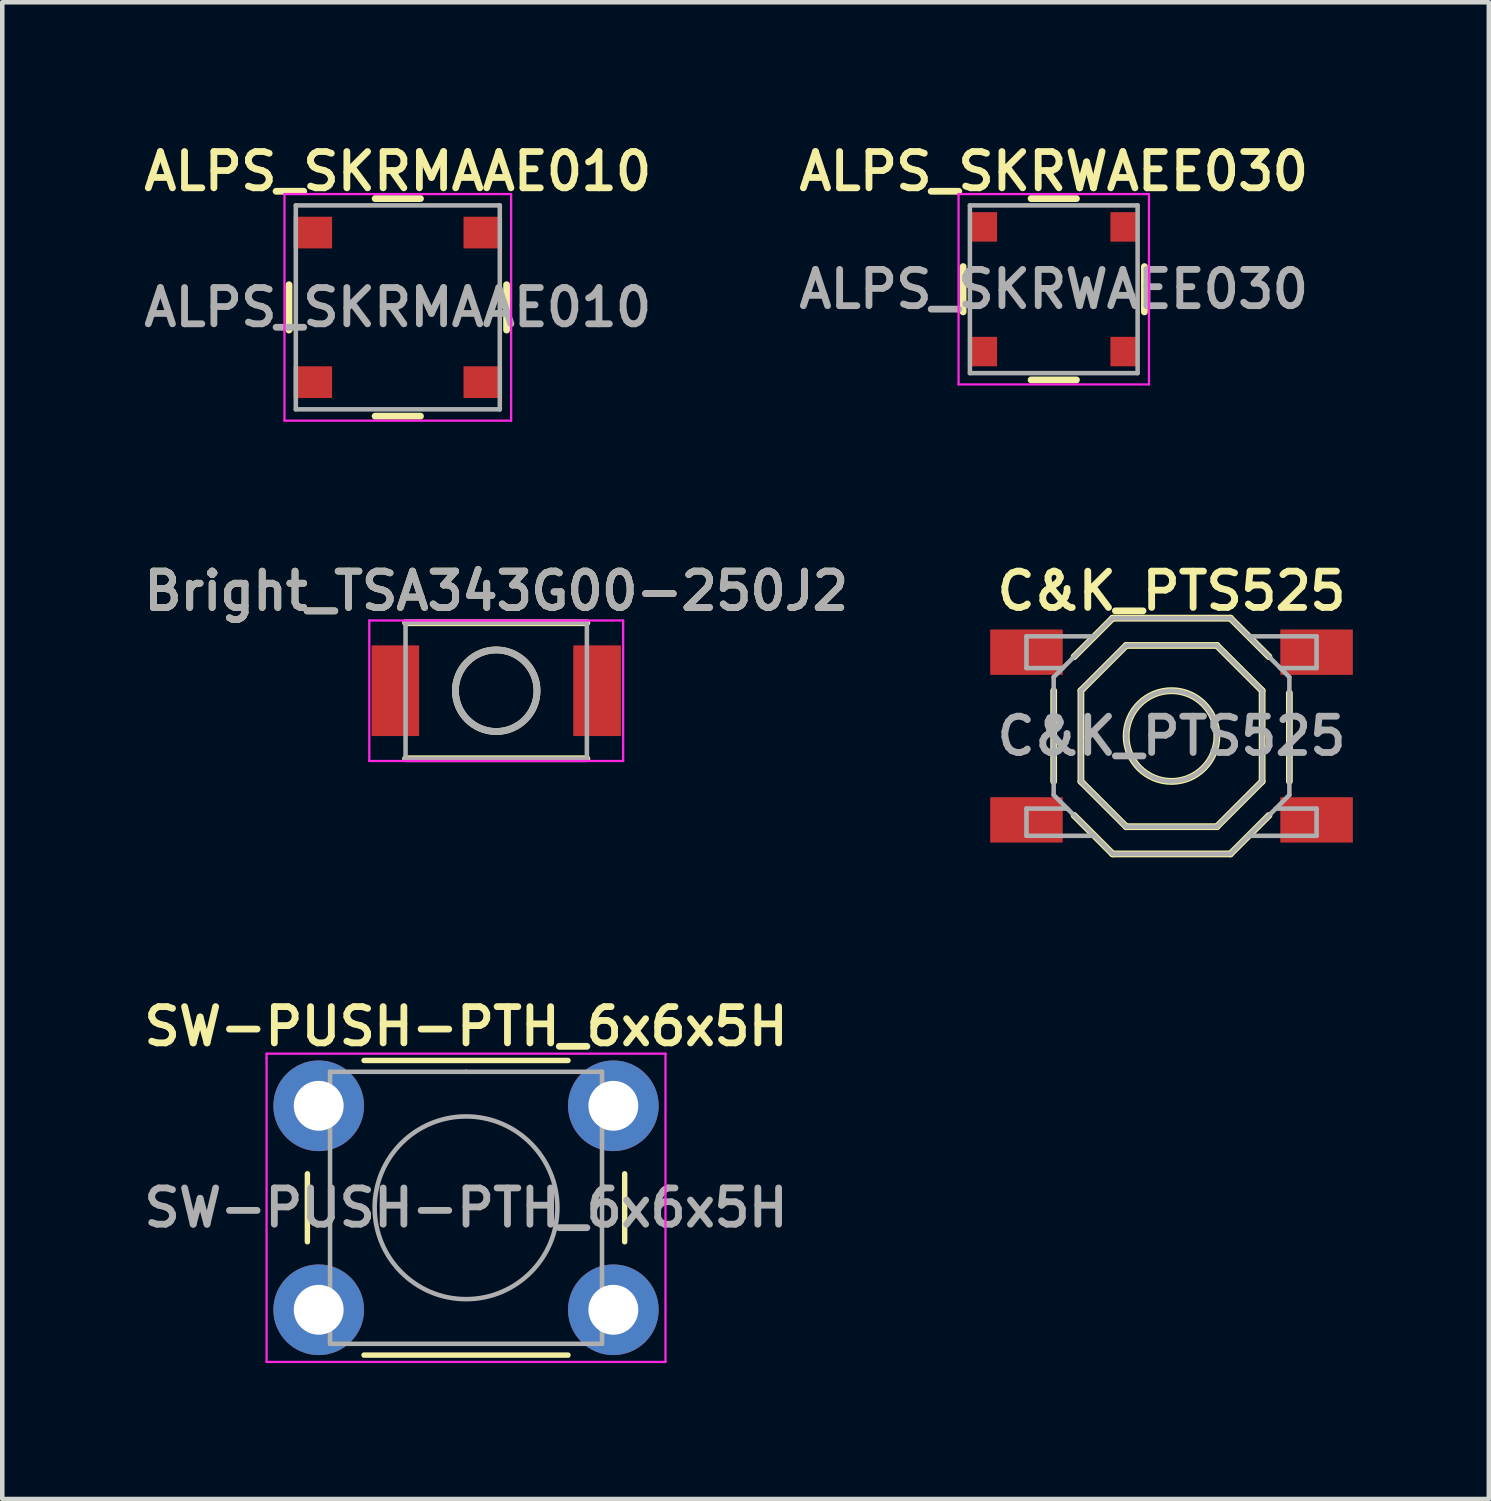
<source format=kicad_pcb>
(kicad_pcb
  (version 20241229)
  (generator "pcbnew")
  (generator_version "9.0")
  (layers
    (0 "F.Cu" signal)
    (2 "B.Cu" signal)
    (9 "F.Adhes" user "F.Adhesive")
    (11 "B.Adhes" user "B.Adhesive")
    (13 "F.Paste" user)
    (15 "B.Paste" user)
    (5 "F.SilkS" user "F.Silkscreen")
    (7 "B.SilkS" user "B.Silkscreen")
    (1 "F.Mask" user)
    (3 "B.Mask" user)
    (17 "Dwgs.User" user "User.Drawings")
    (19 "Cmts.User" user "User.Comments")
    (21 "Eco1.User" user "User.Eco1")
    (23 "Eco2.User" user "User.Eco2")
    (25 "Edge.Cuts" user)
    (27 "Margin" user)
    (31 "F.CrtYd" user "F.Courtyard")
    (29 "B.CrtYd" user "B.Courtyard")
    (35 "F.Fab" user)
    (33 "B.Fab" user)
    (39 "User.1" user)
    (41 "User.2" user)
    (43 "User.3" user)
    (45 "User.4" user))
  (footprint "C&K_PTS525"
    (layer "F.Cu")
    (at 22.795 13.188)
    (property "Reference" "C&K_PTS525" (at 0 -3.2 0) (layer "F.SilkS") (effects (font (size 0.8 0.8) (thickness 0.15))))
    (attr smd)
    (fp_line (start -2.6 -1) (end -2.6 1) (stroke (width 0.15) (type solid)) (layer "F.SilkS"))
    (fp_line (start -1.999 -1.001) (end -1.999 1.001) (stroke (width 0.15) (type solid)) (layer "F.SilkS"))
    (fp_line (start -1.999 1.001) (end -1.001 1.999) (stroke (width 0.15) (type solid)) (layer "F.SilkS"))
    (fp_line (start -1.3 2.601) (end 1.3 2.601) (stroke (width 0.15) (type solid)) (layer "F.SilkS"))
    (fp_line (start -1.3 -2.6) (end -2.15 -1.75) (stroke (width 0.15) (type solid)) (layer "F.SilkS"))
    (fp_line (start -1.3 2.6) (end -2.15 1.75) (stroke (width 0.15) (type solid)) (layer "F.SilkS"))
    (fp_line (start -1.001 -1.999) (end -1.999 -1.001) (stroke (width 0.15) (type solid)) (layer "F.SilkS"))
    (fp_line (start -1.001 1.999) (end 1.001 1.999) (stroke (width 0.15) (type solid)) (layer "F.SilkS"))
    (fp_line (start 1.001 -1.999) (end -1.001 -1.999) (stroke (width 0.15) (type solid)) (layer "F.SilkS"))
    (fp_line (start 1.001 1.999) (end 1.999 1.001) (stroke (width 0.15) (type solid)) (layer "F.SilkS"))
    (fp_line (start 1.3 -2.6) (end 2.15 -1.75) (stroke (width 0.15) (type solid)) (layer "F.SilkS"))
    (fp_line (start 1.3 2.6) (end 2.15 1.75) (stroke (width 0.15) (type solid)) (layer "F.SilkS"))
    (fp_line (start 1.3 -2.601) (end -1.3 -2.601) (stroke (width 0.152) (type solid)) (layer "F.SilkS"))
    (fp_line (start 1.999 -1.001) (end 1.001 -1.999) (stroke (width 0.15) (type solid)) (layer "F.SilkS"))
    (fp_line (start 1.999 1.001) (end 1.999 -1.001) (stroke (width 0.15) (type solid)) (layer "F.SilkS"))
    (fp_line (start 2.6 1) (end 2.6 -0.95) (stroke (width 0.15) (type solid)) (layer "F.SilkS"))
    (fp_circle (center 0 0) (end -1.001 0) (stroke (width 0.152) (type solid)) (fill no) (layer "F.SilkS"))
    (fp_line (start -3.2 -2.2) (end -3.2 -1.5) (stroke (width 0.1) (type solid)) (layer "F.Fab"))
    (fp_line (start -3.2 -2.2) (end -1.7 -2.2) (stroke (width 0.1) (type solid)) (layer "F.Fab"))
    (fp_line (start -3.2 -1.5) (end -2.4 -1.5) (stroke (width 0.1) (type solid)) (layer "F.Fab"))
    (fp_line (start -3.2 1.6) (end -2.3 1.6) (stroke (width 0.1) (type solid)) (layer "F.Fab"))
    (fp_line (start -3.2 2.2) (end -3.2 1.6) (stroke (width 0.1) (type solid)) (layer "F.Fab"))
    (fp_line (start -3.2 2.2) (end -1.7 2.2) (stroke (width 0.1) (type solid)) (layer "F.Fab"))
    (fp_line (start -2.6 -1.3) (end -2.6 1.3) (stroke (width 0.1) (type solid)) (layer "F.Fab"))
    (fp_line (start -2.6 1.3) (end -1.3 2.6) (stroke (width 0.1) (type solid)) (layer "F.Fab"))
    (fp_line (start -2 -1) (end -1 -2) (stroke (width 0.1) (type solid)) (layer "F.Fab"))
    (fp_line (start -2 1) (end -2 -1) (stroke (width 0.1) (type solid)) (layer "F.Fab"))
    (fp_line (start -1.3 -2.6) (end -2.6 -1.3) (stroke (width 0.1) (type solid)) (layer "F.Fab"))
    (fp_line (start -1.3 2.6) (end 1.3 2.6) (stroke (width 0.1) (type solid)) (layer "F.Fab"))
    (fp_line (start -1 -2) (end 1 -2) (stroke (width 0.1) (type solid)) (layer "F.Fab"))
    (fp_line (start -1 2) (end -2 1) (stroke (width 0.1) (type solid)) (layer "F.Fab"))
    (fp_line (start 1 -2) (end 2 -1) (stroke (width 0.1) (type solid)) (layer "F.Fab"))
    (fp_line (start 1 2) (end -1 2) (stroke (width 0.1) (type solid)) (layer "F.Fab"))
    (fp_line (start 1.3 -2.6) (end -1.3 -2.6) (stroke (width 0.1) (type solid)) (layer "F.Fab"))
    (fp_line (start 1.3 2.6) (end 2.6 1.3) (stroke (width 0.1) (type solid)) (layer "F.Fab"))
    (fp_line (start 1.7 -2.2) (end 3.2 -2.2) (stroke (width 0.1) (type solid)) (layer "F.Fab"))
    (fp_line (start 2 -1) (end 2 1) (stroke (width 0.1) (type solid)) (layer "F.Fab"))
    (fp_line (start 2 1) (end 1 2) (stroke (width 0.1) (type solid)) (layer "F.Fab"))
    (fp_line (start 2.6 -1.3) (end 1.3 -2.6) (stroke (width 0.1) (type solid)) (layer "F.Fab"))
    (fp_line (start 2.6 1.3) (end 2.6 -1.3) (stroke (width 0.1) (type solid)) (layer "F.Fab"))
    (fp_line (start 3.2 -2.2) (end 3.2 -1.5) (stroke (width 0.1) (type solid)) (layer "F.Fab"))
    (fp_line (start 3.2 -1.5) (end 2.4 -1.5) (stroke (width 0.1) (type solid)) (layer "F.Fab"))
    (fp_line (start 3.2 1.6) (end 2.3 1.6) (stroke (width 0.1) (type solid)) (layer "F.Fab"))
    (fp_line (start 3.2 1.6) (end 3.2 2.2) (stroke (width 0.1) (type solid)) (layer "F.Fab"))
    (fp_line (start 3.2 2.2) (end 1.7 2.2) (stroke (width 0.1) (type solid)) (layer "F.Fab"))
    (fp_circle (center 0 0) (end 0 -1) (stroke (width 0.1) (type solid)) (fill no) (layer "F.Fab"))
    (fp_text user "${REFERENCE}" (at 0 0 0) (layer "F.Fab") (effects (font (size 0.8 0.8) (thickness 0.15))))
    (pad "1" smd rect (at -3.2 -1.85) (size 1.6 1) (layers "F.Cu" "F.Mask" "F.Paste"))
    (pad "1" smd rect (at 3.2 -1.85) (size 1.6 1) (layers "F.Cu" "F.Mask" "F.Paste"))
    (pad "2" smd rect (at -3.2 1.85) (size 1.6 1) (layers "F.Cu" "F.Mask" "F.Paste"))
    (pad "2" smd rect (at 3.2 1.85) (size 1.6 1) (layers "F.Cu" "F.Mask" "F.Paste")))
  (footprint "SW-PUSH-PTH_6x6x5H"
    (layer "F.Cu")
    (at 7.231 23.595)
    (property "Reference" "SW-PUSH-PTH_6x6x5H" (at 0 -4 0) (layer "F.SilkS") (effects (font (size 0.8 0.8) (thickness 0.15))))
    (attr through_hole)
    (fp_line (start -3.5 -0.75) (end -3.5 0.75) (stroke (width 0.12) (type solid)) (layer "F.SilkS"))
    (fp_line (start -2.25 3.25) (end 2.25 3.25) (stroke (width 0.12) (type solid)) (layer "F.SilkS"))
    (fp_line (start 2.25 -3.25) (end -2.25 -3.25) (stroke (width 0.12) (type solid)) (layer "F.SilkS"))
    (fp_line (start 3.5 0.75) (end 3.5 -0.75) (stroke (width 0.12) (type solid)) (layer "F.SilkS"))
    (fp_line (start -4.4 -3.4) (end 4.4 -3.4) (stroke (width 0.05) (type solid)) (layer "F.CrtYd"))
    (fp_line (start -4.4 -3.3) (end -4.4 -3.4) (stroke (width 0.05) (type solid)) (layer "F.CrtYd"))
    (fp_line (start -4.4 3.4) (end -4.4 -3.3) (stroke (width 0.05) (type solid)) (layer "F.CrtYd"))
    (fp_line (start 4.4 -3.4) (end 4.4 3.4) (stroke (width 0.05) (type solid)) (layer "F.CrtYd"))
    (fp_line (start 4.4 3.4) (end -4.4 3.4) (stroke (width 0.05) (type solid)) (layer "F.CrtYd"))
    (fp_line (start -3 -3) (end 0 -3) (stroke (width 0.1) (type solid)) (layer "F.Fab"))
    (fp_line (start -3 3) (end -3 -3) (stroke (width 0.1) (type solid)) (layer "F.Fab"))
    (fp_line (start 0 -3) (end 3 -3) (stroke (width 0.1) (type solid)) (layer "F.Fab"))
    (fp_line (start 3 -3) (end 3 3) (stroke (width 0.1) (type solid)) (layer "F.Fab"))
    (fp_line (start 3 3) (end -3 3) (stroke (width 0.1) (type solid)) (layer "F.Fab"))
    (fp_circle (center 0 0) (end -2 0.25) (stroke (width 0.1) (type solid)) (fill no) (layer "F.Fab"))
    (fp_text user "${REFERENCE}" (at 0 0 0) (layer "F.Fab") (effects (font (size 0.8 0.8) (thickness 0.15))))
    (pad "1" thru_hole circle (at -3.25 -2.25 90) (size 2 2) (drill 1.1) (layers "*.Cu" "*.Mask"))
    (pad "1" thru_hole circle (at 3.25 -2.25 90) (size 2 2) (drill 1.1) (layers "*.Cu" "*.Mask"))
    (pad "2" thru_hole circle (at -3.25 2.25 90) (size 2 2) (drill 1.1) (layers "*.Cu" "*.Mask"))
    (pad "2" thru_hole circle (at 3.25 2.25 90) (size 2 2) (drill 1.1) (layers "*.Cu" "*.Mask")))
  (footprint "ALPS_SKRMAAE010"
    (layer "F.Cu")
    (at 5.726 3.731)
    (property "Reference" "ALPS_SKRMAAE010" (at 0 -3 0) (layer "F.SilkS") (effects (font (size 0.8 0.8) (thickness 0.15))))
    (attr smd)
    (fp_line (start -2.4 -0.5) (end -2.4 0.5) (stroke (width 0.15) (type solid)) (layer "F.SilkS"))
    (fp_line (start -0.5 -2.4) (end 0.5 -2.4) (stroke (width 0.15) (type solid)) (layer "F.SilkS"))
    (fp_line (start -0.5 2.4) (end 0.5 2.4) (stroke (width 0.15) (type solid)) (layer "F.SilkS"))
    (fp_line (start 2.4 -0.5) (end 2.4 0.5) (stroke (width 0.15) (type solid)) (layer "F.SilkS"))
    (fp_line (start -2.5 -2.5) (end 2.5 -2.5) (stroke (width 0.05) (type solid)) (layer "F.CrtYd"))
    (fp_line (start -2.5 2.5) (end -2.5 -2.5) (stroke (width 0.05) (type solid)) (layer "F.CrtYd"))
    (fp_line (start 2.5 -2.5) (end 2.5 2.5) (stroke (width 0.05) (type solid)) (layer "F.CrtYd"))
    (fp_line (start 2.5 2.5) (end -2.5 2.5) (stroke (width 0.05) (type solid)) (layer "F.CrtYd"))
    (fp_line (start -2.25 -2.25) (end 2.25 -2.25) (stroke (width 0.1) (type solid)) (layer "F.Fab"))
    (fp_line (start -2.25 2.25) (end -2.25 -2.25) (stroke (width 0.1) (type solid)) (layer "F.Fab"))
    (fp_line (start -2.25 2.25) (end 2.25 2.25) (stroke (width 0.1) (type solid)) (layer "F.Fab"))
    (fp_line (start 2.25 -2.25) (end 2.25 2.25) (stroke (width 0.1) (type solid)) (layer "F.Fab"))
    (fp_text user "${REFERENCE}" (at 0 0 0) (layer "F.Fab") (effects (font (size 0.8 0.8) (thickness 0.15))))
    (pad "1" smd rect (at -1.875 -1.65) (size 0.85 0.7) (layers "F.Cu" "F.Mask" "F.Paste"))
    (pad "1" smd rect (at 1.875 -1.65) (size 0.85 0.7) (layers "F.Cu" "F.Mask" "F.Paste"))
    (pad "2" smd rect (at -1.875 1.65) (size 0.85 0.7) (layers "F.Cu" "F.Mask" "F.Paste"))
    (pad "2" smd rect (at 1.875 1.65) (size 0.85 0.7) (layers "F.Cu" "F.Mask" "F.Paste")))
  (footprint "ALPS_SKRWAEE030"
    (layer "F.Cu")
    (at 20.197 3.331)
    (property "Reference" "ALPS_SKRWAEE030" (at 0 -2.6 0) (layer "F.SilkS") (effects (font (size 0.8 0.8) (thickness 0.15))))
    (attr smd)
    (fp_line (start -2 -0.5) (end -2 0.5) (stroke (width 0.15) (type solid)) (layer "F.SilkS"))
    (fp_line (start -0.5 -2) (end 0.5 -2) (stroke (width 0.15) (type solid)) (layer "F.SilkS"))
    (fp_line (start -0.5 2) (end 0.5 2) (stroke (width 0.15) (type solid)) (layer "F.SilkS"))
    (fp_line (start 2 -0.5) (end 2 0.5) (stroke (width 0.15) (type solid)) (layer "F.SilkS"))
    (fp_line (start -2.1 -2.1) (end 2.1 -2.1) (stroke (width 0.05) (type solid)) (layer "F.CrtYd"))
    (fp_line (start -2.1 2.1) (end -2.1 -2.1) (stroke (width 0.05) (type solid)) (layer "F.CrtYd"))
    (fp_line (start 2.1 -2.1) (end 2.1 2.1) (stroke (width 0.05) (type solid)) (layer "F.CrtYd"))
    (fp_line (start 2.1 2.1) (end -2.1 2.1) (stroke (width 0.05) (type solid)) (layer "F.CrtYd"))
    (fp_line (start -1.85 -1.85) (end -1.85 1.85) (stroke (width 0.1) (type solid)) (layer "F.Fab"))
    (fp_line (start -1.85 -1.85) (end 1.85 -1.85) (stroke (width 0.1) (type solid)) (layer "F.Fab"))
    (fp_line (start -1.85 1.85) (end 1.85 1.85) (stroke (width 0.1) (type solid)) (layer "F.Fab"))
    (fp_line (start 1.85 -1.85) (end 1.85 1.85) (stroke (width 0.1) (type solid)) (layer "F.Fab"))
    (fp_text user "${REFERENCE}" (at 0 0 0) (layer "F.Fab") (effects (font (size 0.8 0.8) (thickness 0.15))))
    (pad "1" smd rect (at -1.55 -1.375) (size 0.6 0.65) (layers "F.Cu" "F.Mask" "F.Paste"))
    (pad "1" smd rect (at 1.55 -1.375) (size 0.6 0.65) (layers "F.Cu" "F.Mask" "F.Paste"))
    (pad "2" smd rect (at -1.55 1.375) (size 0.6 0.65) (layers "F.Cu" "F.Mask" "F.Paste"))
    (pad "2" smd rect (at 1.55 1.375) (size 0.6 0.65) (layers "F.Cu" "F.Mask" "F.Paste")))
  (footprint "Bright_TSA343G00-250J2"
    (layer "F.Cu")
    (at 7.897 12.188)
    (property "Reference" "Bright_TSA343G00-250J2" (at 0 -2.2 0) (layer "F.SilkS") (effects (font (size 0.8 0.8) (thickness 0.15))))
    (attr smd)
    (fp_line (start -2 -1.5) (end 2 -1.5) (stroke (width 0.15) (type solid)) (layer "F.SilkS"))
    (fp_line (start -2 1.5) (end 2 1.5) (stroke (width 0.15) (type solid)) (layer "F.SilkS"))
    (fp_circle (center 0 0) (end 0.9 0) (stroke (width 0.15) (type solid)) (fill no) (layer "F.SilkS"))
    (fp_line (start -2.8 -1.55) (end 2.8 -1.55) (stroke (width 0.05) (type solid)) (layer "F.CrtYd"))
    (fp_line (start -2.8 1.55) (end -2.8 -1.55) (stroke (width 0.05) (type solid)) (layer "F.CrtYd"))
    (fp_line (start 2.8 -1.55) (end 2.8 1.55) (stroke (width 0.05) (type solid)) (layer "F.CrtYd"))
    (fp_line (start 2.8 1.55) (end -2.8 1.55) (stroke (width 0.05) (type solid)) (layer "F.CrtYd"))
    (fp_line (start -2 -1.5) (end 2 -1.5) (stroke (width 0.1) (type solid)) (layer "F.Fab"))
    (fp_line (start -2 1.5) (end -2 -1.5) (stroke (width 0.1) (type solid)) (layer "F.Fab"))
    (fp_line (start -2 1.5) (end 2 1.5) (stroke (width 0.1) (type solid)) (layer "F.Fab"))
    (fp_line (start 2 1.5) (end 2 -1.5) (stroke (width 0.1) (type solid)) (layer "F.Fab"))
    (fp_circle (center 0 0) (end 0.9 0) (stroke (width 0.15) (type solid)) (fill no) (layer "F.Fab"))
    (fp_text user "${REFERENCE}" (at 0 -2.2 0) (layer "F.Fab") (effects (font (size 0.8 0.8) (thickness 0.15))))
    (pad "1" smd rect (at -2.225 0) (size 1.05 2) (layers "F.Cu" "F.Mask" "F.Paste"))
    (pad "2" smd rect (at 2.225 0) (size 1.05 2) (layers "F.Cu" "F.Mask" "F.Paste")))
  (gr_rect
    (start -3 -3)
    (end 29.795 30.02)
    (stroke (width 0.1) (type default))
    (fill no)
    (layer "Edge.Cuts")))
</source>
